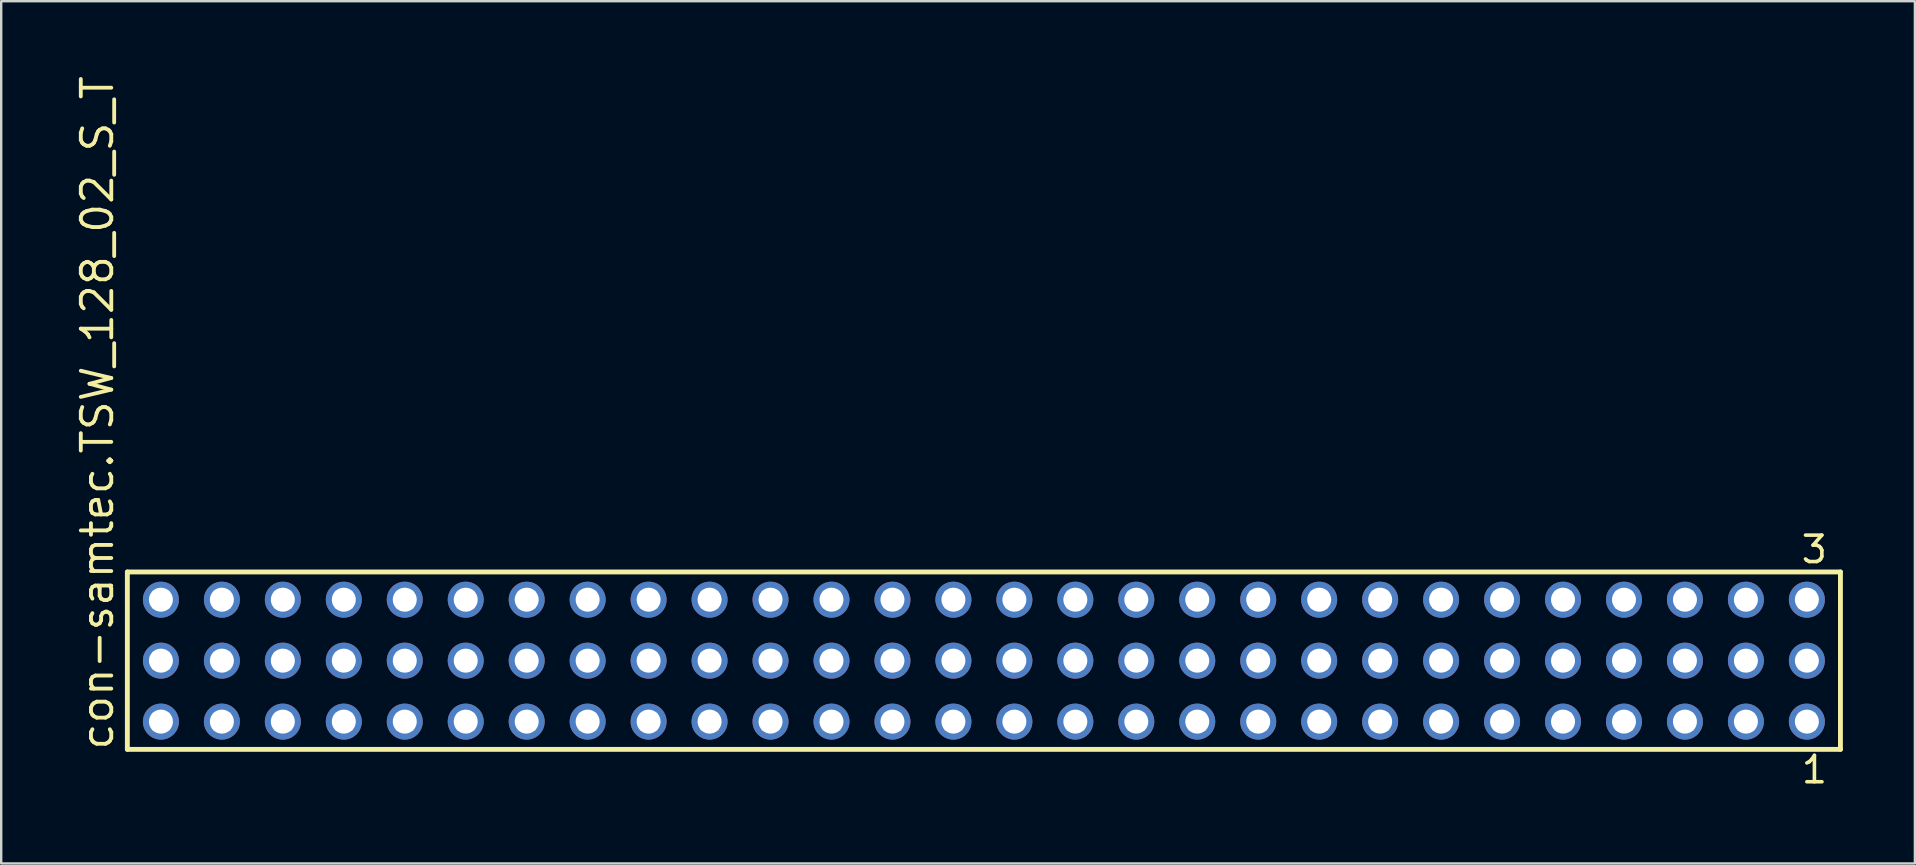
<source format=kicad_pcb>
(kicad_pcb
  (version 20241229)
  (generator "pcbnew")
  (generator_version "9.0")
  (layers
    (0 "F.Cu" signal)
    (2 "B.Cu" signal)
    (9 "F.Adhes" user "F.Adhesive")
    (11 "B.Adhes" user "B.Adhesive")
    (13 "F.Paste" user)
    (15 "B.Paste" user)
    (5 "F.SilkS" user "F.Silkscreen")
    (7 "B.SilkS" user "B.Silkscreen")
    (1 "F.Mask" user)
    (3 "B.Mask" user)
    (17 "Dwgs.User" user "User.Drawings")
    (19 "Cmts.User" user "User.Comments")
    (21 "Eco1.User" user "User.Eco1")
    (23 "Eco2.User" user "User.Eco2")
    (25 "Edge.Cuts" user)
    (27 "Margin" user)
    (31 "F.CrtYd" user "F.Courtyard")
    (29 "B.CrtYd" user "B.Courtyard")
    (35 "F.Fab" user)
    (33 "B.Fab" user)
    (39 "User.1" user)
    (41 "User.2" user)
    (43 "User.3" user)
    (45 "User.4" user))
  (footprint "con-samtec.TSW_128_02_S_T"
    (layer "F.Cu")
    (at 37.945 24.477)
    (property "Reference" "con-samtec.TSW_128_02_S_T" (at -36.195 3.81 90) (layer "F.SilkS") (effects (font (size 1.27 1.27) (thickness 0.16)) (justify left bottom)))
    (attr through_hole)
    (fp_line (start -35.689 -3.695) (end 35.689 -3.695) (stroke (width 0.203) (type default)) (layer "F.SilkS"))
    (fp_line (start -35.689 3.695) (end -35.689 -3.695) (stroke (width 0.203) (type default)) (layer "F.SilkS"))
    (fp_line (start 35.689 -3.695) (end 35.689 3.695) (stroke (width 0.203) (type default)) (layer "F.SilkS"))
    (fp_line (start 35.689 3.695) (end -35.689 3.695) (stroke (width 0.203) (type default)) (layer "F.SilkS"))
    (fp_rect (start -34.64 -2.19) (end -33.94 -2.89) (stroke (width 0.05) (type default)) (fill no) (layer "F.Fab"))
    (fp_rect (start -34.64 0.35) (end -33.94 -0.35) (stroke (width 0.05) (type default)) (fill no) (layer "F.Fab"))
    (fp_rect (start -34.64 2.89) (end -33.94 2.19) (stroke (width 0.05) (type default)) (fill no) (layer "F.Fab"))
    (fp_rect (start -32.1 -2.19) (end -31.4 -2.89) (stroke (width 0.05) (type default)) (fill no) (layer "F.Fab"))
    (fp_rect (start -32.1 0.35) (end -31.4 -0.35) (stroke (width 0.05) (type default)) (fill no) (layer "F.Fab"))
    (fp_rect (start -32.1 2.89) (end -31.4 2.19) (stroke (width 0.05) (type default)) (fill no) (layer "F.Fab"))
    (fp_rect (start -29.56 -2.19) (end -28.86 -2.89) (stroke (width 0.05) (type default)) (fill no) (layer "F.Fab"))
    (fp_rect (start -29.56 0.35) (end -28.86 -0.35) (stroke (width 0.05) (type default)) (fill no) (layer "F.Fab"))
    (fp_rect (start -29.56 2.89) (end -28.86 2.19) (stroke (width 0.05) (type default)) (fill no) (layer "F.Fab"))
    (fp_rect (start -27.02 -2.19) (end -26.32 -2.89) (stroke (width 0.05) (type default)) (fill no) (layer "F.Fab"))
    (fp_rect (start -27.02 0.35) (end -26.32 -0.35) (stroke (width 0.05) (type default)) (fill no) (layer "F.Fab"))
    (fp_rect (start -27.02 2.89) (end -26.32 2.19) (stroke (width 0.05) (type default)) (fill no) (layer "F.Fab"))
    (fp_rect (start -24.48 -2.19) (end -23.78 -2.89) (stroke (width 0.05) (type default)) (fill no) (layer "F.Fab"))
    (fp_rect (start -24.48 0.35) (end -23.78 -0.35) (stroke (width 0.05) (type default)) (fill no) (layer "F.Fab"))
    (fp_rect (start -24.48 2.89) (end -23.78 2.19) (stroke (width 0.05) (type default)) (fill no) (layer "F.Fab"))
    (fp_rect (start -21.94 -2.19) (end -21.24 -2.89) (stroke (width 0.05) (type default)) (fill no) (layer "F.Fab"))
    (fp_rect (start -21.94 0.35) (end -21.24 -0.35) (stroke (width 0.05) (type default)) (fill no) (layer "F.Fab"))
    (fp_rect (start -21.94 2.89) (end -21.24 2.19) (stroke (width 0.05) (type default)) (fill no) (layer "F.Fab"))
    (fp_rect (start -19.4 -2.19) (end -18.7 -2.89) (stroke (width 0.05) (type default)) (fill no) (layer "F.Fab"))
    (fp_rect (start -19.4 0.35) (end -18.7 -0.35) (stroke (width 0.05) (type default)) (fill no) (layer "F.Fab"))
    (fp_rect (start -19.4 2.89) (end -18.7 2.19) (stroke (width 0.05) (type default)) (fill no) (layer "F.Fab"))
    (fp_rect (start -16.86 -2.19) (end -16.16 -2.89) (stroke (width 0.05) (type default)) (fill no) (layer "F.Fab"))
    (fp_rect (start -16.86 0.35) (end -16.16 -0.35) (stroke (width 0.05) (type default)) (fill no) (layer "F.Fab"))
    (fp_rect (start -16.86 2.89) (end -16.16 2.19) (stroke (width 0.05) (type default)) (fill no) (layer "F.Fab"))
    (fp_rect (start -14.32 -2.19) (end -13.62 -2.89) (stroke (width 0.05) (type default)) (fill no) (layer "F.Fab"))
    (fp_rect (start -14.32 0.35) (end -13.62 -0.35) (stroke (width 0.05) (type default)) (fill no) (layer "F.Fab"))
    (fp_rect (start -14.32 2.89) (end -13.62 2.19) (stroke (width 0.05) (type default)) (fill no) (layer "F.Fab"))
    (fp_rect (start -11.78 -2.19) (end -11.08 -2.89) (stroke (width 0.05) (type default)) (fill no) (layer "F.Fab"))
    (fp_rect (start -11.78 0.35) (end -11.08 -0.35) (stroke (width 0.05) (type default)) (fill no) (layer "F.Fab"))
    (fp_rect (start -11.78 2.89) (end -11.08 2.19) (stroke (width 0.05) (type default)) (fill no) (layer "F.Fab"))
    (fp_rect (start -9.24 -2.19) (end -8.54 -2.89) (stroke (width 0.05) (type default)) (fill no) (layer "F.Fab"))
    (fp_rect (start -9.24 0.35) (end -8.54 -0.35) (stroke (width 0.05) (type default)) (fill no) (layer "F.Fab"))
    (fp_rect (start -9.24 2.89) (end -8.54 2.19) (stroke (width 0.05) (type default)) (fill no) (layer "F.Fab"))
    (fp_rect (start -6.7 -2.19) (end -6 -2.89) (stroke (width 0.05) (type default)) (fill no) (layer "F.Fab"))
    (fp_rect (start -6.7 0.35) (end -6 -0.35) (stroke (width 0.05) (type default)) (fill no) (layer "F.Fab"))
    (fp_rect (start -6.7 2.89) (end -6 2.19) (stroke (width 0.05) (type default)) (fill no) (layer "F.Fab"))
    (fp_rect (start -4.16 -2.19) (end -3.46 -2.89) (stroke (width 0.05) (type default)) (fill no) (layer "F.Fab"))
    (fp_rect (start -4.16 0.35) (end -3.46 -0.35) (stroke (width 0.05) (type default)) (fill no) (layer "F.Fab"))
    (fp_rect (start -4.16 2.89) (end -3.46 2.19) (stroke (width 0.05) (type default)) (fill no) (layer "F.Fab"))
    (fp_rect (start -1.62 -2.19) (end -0.92 -2.89) (stroke (width 0.05) (type default)) (fill no) (layer "F.Fab"))
    (fp_rect (start -1.62 0.35) (end -0.92 -0.35) (stroke (width 0.05) (type default)) (fill no) (layer "F.Fab"))
    (fp_rect (start -1.62 2.89) (end -0.92 2.19) (stroke (width 0.05) (type default)) (fill no) (layer "F.Fab"))
    (fp_rect (start 0.92 -2.19) (end 1.62 -2.89) (stroke (width 0.05) (type default)) (fill no) (layer "F.Fab"))
    (fp_rect (start 0.92 0.35) (end 1.62 -0.35) (stroke (width 0.05) (type default)) (fill no) (layer "F.Fab"))
    (fp_rect (start 0.92 2.89) (end 1.62 2.19) (stroke (width 0.05) (type default)) (fill no) (layer "F.Fab"))
    (fp_rect (start 3.46 -2.19) (end 4.16 -2.89) (stroke (width 0.05) (type default)) (fill no) (layer "F.Fab"))
    (fp_rect (start 3.46 0.35) (end 4.16 -0.35) (stroke (width 0.05) (type default)) (fill no) (layer "F.Fab"))
    (fp_rect (start 3.46 2.89) (end 4.16 2.19) (stroke (width 0.05) (type default)) (fill no) (layer "F.Fab"))
    (fp_rect (start 6 -2.19) (end 6.7 -2.89) (stroke (width 0.05) (type default)) (fill no) (layer "F.Fab"))
    (fp_rect (start 6 0.35) (end 6.7 -0.35) (stroke (width 0.05) (type default)) (fill no) (layer "F.Fab"))
    (fp_rect (start 6 2.89) (end 6.7 2.19) (stroke (width 0.05) (type default)) (fill no) (layer "F.Fab"))
    (fp_rect (start 8.54 -2.19) (end 9.24 -2.89) (stroke (width 0.05) (type default)) (fill no) (layer "F.Fab"))
    (fp_rect (start 8.54 0.35) (end 9.24 -0.35) (stroke (width 0.05) (type default)) (fill no) (layer "F.Fab"))
    (fp_rect (start 8.54 2.89) (end 9.24 2.19) (stroke (width 0.05) (type default)) (fill no) (layer "F.Fab"))
    (fp_rect (start 11.08 -2.19) (end 11.78 -2.89) (stroke (width 0.05) (type default)) (fill no) (layer "F.Fab"))
    (fp_rect (start 11.08 0.35) (end 11.78 -0.35) (stroke (width 0.05) (type default)) (fill no) (layer "F.Fab"))
    (fp_rect (start 11.08 2.89) (end 11.78 2.19) (stroke (width 0.05) (type default)) (fill no) (layer "F.Fab"))
    (fp_rect (start 13.62 -2.19) (end 14.32 -2.89) (stroke (width 0.05) (type default)) (fill no) (layer "F.Fab"))
    (fp_rect (start 13.62 0.35) (end 14.32 -0.35) (stroke (width 0.05) (type default)) (fill no) (layer "F.Fab"))
    (fp_rect (start 13.62 2.89) (end 14.32 2.19) (stroke (width 0.05) (type default)) (fill no) (layer "F.Fab"))
    (fp_rect (start 16.16 -2.19) (end 16.86 -2.89) (stroke (width 0.05) (type default)) (fill no) (layer "F.Fab"))
    (fp_rect (start 16.16 0.35) (end 16.86 -0.35) (stroke (width 0.05) (type default)) (fill no) (layer "F.Fab"))
    (fp_rect (start 16.16 2.89) (end 16.86 2.19) (stroke (width 0.05) (type default)) (fill no) (layer "F.Fab"))
    (fp_rect (start 18.7 -2.19) (end 19.4 -2.89) (stroke (width 0.05) (type default)) (fill no) (layer "F.Fab"))
    (fp_rect (start 18.7 0.35) (end 19.4 -0.35) (stroke (width 0.05) (type default)) (fill no) (layer "F.Fab"))
    (fp_rect (start 18.7 2.89) (end 19.4 2.19) (stroke (width 0.05) (type default)) (fill no) (layer "F.Fab"))
    (fp_rect (start 21.24 -2.19) (end 21.94 -2.89) (stroke (width 0.05) (type default)) (fill no) (layer "F.Fab"))
    (fp_rect (start 21.24 0.35) (end 21.94 -0.35) (stroke (width 0.05) (type default)) (fill no) (layer "F.Fab"))
    (fp_rect (start 21.24 2.89) (end 21.94 2.19) (stroke (width 0.05) (type default)) (fill no) (layer "F.Fab"))
    (fp_rect (start 23.78 -2.19) (end 24.48 -2.89) (stroke (width 0.05) (type default)) (fill no) (layer "F.Fab"))
    (fp_rect (start 23.78 0.35) (end 24.48 -0.35) (stroke (width 0.05) (type default)) (fill no) (layer "F.Fab"))
    (fp_rect (start 23.78 2.89) (end 24.48 2.19) (stroke (width 0.05) (type default)) (fill no) (layer "F.Fab"))
    (fp_rect (start 26.32 -2.19) (end 27.02 -2.89) (stroke (width 0.05) (type default)) (fill no) (layer "F.Fab"))
    (fp_rect (start 26.32 0.35) (end 27.02 -0.35) (stroke (width 0.05) (type default)) (fill no) (layer "F.Fab"))
    (fp_rect (start 26.32 2.89) (end 27.02 2.19) (stroke (width 0.05) (type default)) (fill no) (layer "F.Fab"))
    (fp_rect (start 28.86 -2.19) (end 29.56 -2.89) (stroke (width 0.05) (type default)) (fill no) (layer "F.Fab"))
    (fp_rect (start 28.86 0.35) (end 29.56 -0.35) (stroke (width 0.05) (type default)) (fill no) (layer "F.Fab"))
    (fp_rect (start 28.86 2.89) (end 29.56 2.19) (stroke (width 0.05) (type default)) (fill no) (layer "F.Fab"))
    (fp_rect (start 31.4 -2.19) (end 32.1 -2.89) (stroke (width 0.05) (type default)) (fill no) (layer "F.Fab"))
    (fp_rect (start 31.4 0.35) (end 32.1 -0.35) (stroke (width 0.05) (type default)) (fill no) (layer "F.Fab"))
    (fp_rect (start 31.4 2.89) (end 32.1 2.19) (stroke (width 0.05) (type default)) (fill no) (layer "F.Fab"))
    (fp_rect (start 33.94 -2.19) (end 34.64 -2.89) (stroke (width 0.05) (type default)) (fill no) (layer "F.Fab"))
    (fp_rect (start 33.94 0.35) (end 34.64 -0.35) (stroke (width 0.05) (type default)) (fill no) (layer "F.Fab"))
    (fp_rect (start 33.94 2.89) (end 34.64 2.19) (stroke (width 0.05) (type default)) (fill no) (layer "F.Fab"))
    (fp_text user "3" (at 33.978 -3.989 0) (layer "F.SilkS") (effects (font (size 1.1 1.1) (thickness 0.15)) (justify left bottom)))
    (fp_text user "1" (at 33.982 5.188 0) (layer "F.SilkS") (effects (font (size 1.1 1.1) (thickness 0.15)) (justify left bottom)))
    (pad "1" thru_hole circle (at 34.29 2.54 180) (size 1.5 1.5) (drill 1) (layers "*.Cu" "*.Mask"))
    (pad "2" thru_hole circle (at 34.29 0 180) (size 1.5 1.5) (drill 1) (layers "*.Cu" "*.Mask"))
    (pad "3" thru_hole circle (at 34.29 -2.54 180) (size 1.5 1.5) (drill 1) (layers "*.Cu" "*.Mask"))
    (pad "4" thru_hole circle (at 31.75 2.54 180) (size 1.5 1.5) (drill 1) (layers "*.Cu" "*.Mask"))
    (pad "5" thru_hole circle (at 31.75 0 180) (size 1.5 1.5) (drill 1) (layers "*.Cu" "*.Mask"))
    (pad "6" thru_hole circle (at 31.75 -2.54 180) (size 1.5 1.5) (drill 1) (layers "*.Cu" "*.Mask"))
    (pad "7" thru_hole circle (at 29.21 2.54 180) (size 1.5 1.5) (drill 1) (layers "*.Cu" "*.Mask"))
    (pad "8" thru_hole circle (at 29.21 0 180) (size 1.5 1.5) (drill 1) (layers "*.Cu" "*.Mask"))
    (pad "9" thru_hole circle (at 29.21 -2.54 180) (size 1.5 1.5) (drill 1) (layers "*.Cu" "*.Mask"))
    (pad "10" thru_hole circle (at 26.67 2.54 180) (size 1.5 1.5) (drill 1) (layers "*.Cu" "*.Mask"))
    (pad "11" thru_hole circle (at 26.67 0 180) (size 1.5 1.5) (drill 1) (layers "*.Cu" "*.Mask"))
    (pad "12" thru_hole circle (at 26.67 -2.54 180) (size 1.5 1.5) (drill 1) (layers "*.Cu" "*.Mask"))
    (pad "13" thru_hole circle (at 24.13 2.54 180) (size 1.5 1.5) (drill 1) (layers "*.Cu" "*.Mask"))
    (pad "14" thru_hole circle (at 24.13 0 180) (size 1.5 1.5) (drill 1) (layers "*.Cu" "*.Mask"))
    (pad "15" thru_hole circle (at 24.13 -2.54 180) (size 1.5 1.5) (drill 1) (layers "*.Cu" "*.Mask"))
    (pad "16" thru_hole circle (at 21.59 2.54 180) (size 1.5 1.5) (drill 1) (layers "*.Cu" "*.Mask"))
    (pad "17" thru_hole circle (at 21.59 0 180) (size 1.5 1.5) (drill 1) (layers "*.Cu" "*.Mask"))
    (pad "18" thru_hole circle (at 21.59 -2.54 180) (size 1.5 1.5) (drill 1) (layers "*.Cu" "*.Mask"))
    (pad "19" thru_hole circle (at 19.05 2.54 180) (size 1.5 1.5) (drill 1) (layers "*.Cu" "*.Mask"))
    (pad "20" thru_hole circle (at 19.05 0 180) (size 1.5 1.5) (drill 1) (layers "*.Cu" "*.Mask"))
    (pad "21" thru_hole circle (at 19.05 -2.54 180) (size 1.5 1.5) (drill 1) (layers "*.Cu" "*.Mask"))
    (pad "22" thru_hole circle (at 16.51 2.54 180) (size 1.5 1.5) (drill 1) (layers "*.Cu" "*.Mask"))
    (pad "23" thru_hole circle (at 16.51 0 180) (size 1.5 1.5) (drill 1) (layers "*.Cu" "*.Mask"))
    (pad "24" thru_hole circle (at 16.51 -2.54 180) (size 1.5 1.5) (drill 1) (layers "*.Cu" "*.Mask"))
    (pad "25" thru_hole circle (at 13.97 2.54 180) (size 1.5 1.5) (drill 1) (layers "*.Cu" "*.Mask"))
    (pad "26" thru_hole circle (at 13.97 0 180) (size 1.5 1.5) (drill 1) (layers "*.Cu" "*.Mask"))
    (pad "27" thru_hole circle (at 13.97 -2.54 180) (size 1.5 1.5) (drill 1) (layers "*.Cu" "*.Mask"))
    (pad "28" thru_hole circle (at 11.43 2.54 180) (size 1.5 1.5) (drill 1) (layers "*.Cu" "*.Mask"))
    (pad "29" thru_hole circle (at 11.43 0 180) (size 1.5 1.5) (drill 1) (layers "*.Cu" "*.Mask"))
    (pad "30" thru_hole circle (at 11.43 -2.54 180) (size 1.5 1.5) (drill 1) (layers "*.Cu" "*.Mask"))
    (pad "31" thru_hole circle (at 8.89 2.54 180) (size 1.5 1.5) (drill 1) (layers "*.Cu" "*.Mask"))
    (pad "32" thru_hole circle (at 8.89 0 180) (size 1.5 1.5) (drill 1) (layers "*.Cu" "*.Mask"))
    (pad "33" thru_hole circle (at 8.89 -2.54 180) (size 1.5 1.5) (drill 1) (layers "*.Cu" "*.Mask"))
    (pad "34" thru_hole circle (at 6.35 2.54 180) (size 1.5 1.5) (drill 1) (layers "*.Cu" "*.Mask"))
    (pad "35" thru_hole circle (at 6.35 0 180) (size 1.5 1.5) (drill 1) (layers "*.Cu" "*.Mask"))
    (pad "36" thru_hole circle (at 6.35 -2.54 180) (size 1.5 1.5) (drill 1) (layers "*.Cu" "*.Mask"))
    (pad "37" thru_hole circle (at 3.81 2.54 180) (size 1.5 1.5) (drill 1) (layers "*.Cu" "*.Mask"))
    (pad "38" thru_hole circle (at 3.81 0 180) (size 1.5 1.5) (drill 1) (layers "*.Cu" "*.Mask"))
    (pad "39" thru_hole circle (at 3.81 -2.54 180) (size 1.5 1.5) (drill 1) (layers "*.Cu" "*.Mask"))
    (pad "40" thru_hole circle (at 1.27 2.54 180) (size 1.5 1.5) (drill 1) (layers "*.Cu" "*.Mask"))
    (pad "41" thru_hole circle (at 1.27 0 180) (size 1.5 1.5) (drill 1) (layers "*.Cu" "*.Mask"))
    (pad "42" thru_hole circle (at 1.27 -2.54 180) (size 1.5 1.5) (drill 1) (layers "*.Cu" "*.Mask"))
    (pad "43" thru_hole circle (at -1.27 2.54 180) (size 1.5 1.5) (drill 1) (layers "*.Cu" "*.Mask"))
    (pad "44" thru_hole circle (at -1.27 0 180) (size 1.5 1.5) (drill 1) (layers "*.Cu" "*.Mask"))
    (pad "45" thru_hole circle (at -1.27 -2.54 180) (size 1.5 1.5) (drill 1) (layers "*.Cu" "*.Mask"))
    (pad "46" thru_hole circle (at -3.81 2.54 180) (size 1.5 1.5) (drill 1) (layers "*.Cu" "*.Mask"))
    (pad "47" thru_hole circle (at -3.81 0 180) (size 1.5 1.5) (drill 1) (layers "*.Cu" "*.Mask"))
    (pad "48" thru_hole circle (at -3.81 -2.54 180) (size 1.5 1.5) (drill 1) (layers "*.Cu" "*.Mask"))
    (pad "49" thru_hole circle (at -6.35 2.54 180) (size 1.5 1.5) (drill 1) (layers "*.Cu" "*.Mask"))
    (pad "50" thru_hole circle (at -6.35 0 180) (size 1.5 1.5) (drill 1) (layers "*.Cu" "*.Mask"))
    (pad "51" thru_hole circle (at -6.35 -2.54 180) (size 1.5 1.5) (drill 1) (layers "*.Cu" "*.Mask"))
    (pad "52" thru_hole circle (at -8.89 2.54 180) (size 1.5 1.5) (drill 1) (layers "*.Cu" "*.Mask"))
    (pad "53" thru_hole circle (at -8.89 0 180) (size 1.5 1.5) (drill 1) (layers "*.Cu" "*.Mask"))
    (pad "54" thru_hole circle (at -8.89 -2.54 180) (size 1.5 1.5) (drill 1) (layers "*.Cu" "*.Mask"))
    (pad "55" thru_hole circle (at -11.43 2.54 180) (size 1.5 1.5) (drill 1) (layers "*.Cu" "*.Mask"))
    (pad "56" thru_hole circle (at -11.43 0 180) (size 1.5 1.5) (drill 1) (layers "*.Cu" "*.Mask"))
    (pad "57" thru_hole circle (at -11.43 -2.54 180) (size 1.5 1.5) (drill 1) (layers "*.Cu" "*.Mask"))
    (pad "58" thru_hole circle (at -13.97 2.54 180) (size 1.5 1.5) (drill 1) (layers "*.Cu" "*.Mask"))
    (pad "59" thru_hole circle (at -13.97 0 180) (size 1.5 1.5) (drill 1) (layers "*.Cu" "*.Mask"))
    (pad "60" thru_hole circle (at -13.97 -2.54 180) (size 1.5 1.5) (drill 1) (layers "*.Cu" "*.Mask"))
    (pad "61" thru_hole circle (at -16.51 2.54 180) (size 1.5 1.5) (drill 1) (layers "*.Cu" "*.Mask"))
    (pad "62" thru_hole circle (at -16.51 0 180) (size 1.5 1.5) (drill 1) (layers "*.Cu" "*.Mask"))
    (pad "63" thru_hole circle (at -16.51 -2.54 180) (size 1.5 1.5) (drill 1) (layers "*.Cu" "*.Mask"))
    (pad "64" thru_hole circle (at -19.05 2.54 180) (size 1.5 1.5) (drill 1) (layers "*.Cu" "*.Mask"))
    (pad "65" thru_hole circle (at -19.05 0 180) (size 1.5 1.5) (drill 1) (layers "*.Cu" "*.Mask"))
    (pad "66" thru_hole circle (at -19.05 -2.54 180) (size 1.5 1.5) (drill 1) (layers "*.Cu" "*.Mask"))
    (pad "67" thru_hole circle (at -21.59 2.54 180) (size 1.5 1.5) (drill 1) (layers "*.Cu" "*.Mask"))
    (pad "68" thru_hole circle (at -21.59 0 180) (size 1.5 1.5) (drill 1) (layers "*.Cu" "*.Mask"))
    (pad "69" thru_hole circle (at -21.59 -2.54 180) (size 1.5 1.5) (drill 1) (layers "*.Cu" "*.Mask"))
    (pad "70" thru_hole circle (at -24.13 2.54 180) (size 1.5 1.5) (drill 1) (layers "*.Cu" "*.Mask"))
    (pad "71" thru_hole circle (at -24.13 0 180) (size 1.5 1.5) (drill 1) (layers "*.Cu" "*.Mask"))
    (pad "72" thru_hole circle (at -24.13 -2.54 180) (size 1.5 1.5) (drill 1) (layers "*.Cu" "*.Mask"))
    (pad "73" thru_hole circle (at -26.67 2.54 180) (size 1.5 1.5) (drill 1) (layers "*.Cu" "*.Mask"))
    (pad "74" thru_hole circle (at -26.67 0 180) (size 1.5 1.5) (drill 1) (layers "*.Cu" "*.Mask"))
    (pad "75" thru_hole circle (at -26.67 -2.54 180) (size 1.5 1.5) (drill 1) (layers "*.Cu" "*.Mask"))
    (pad "76" thru_hole circle (at -29.21 2.54 180) (size 1.5 1.5) (drill 1) (layers "*.Cu" "*.Mask"))
    (pad "77" thru_hole circle (at -29.21 0 180) (size 1.5 1.5) (drill 1) (layers "*.Cu" "*.Mask"))
    (pad "78" thru_hole circle (at -29.21 -2.54 180) (size 1.5 1.5) (drill 1) (layers "*.Cu" "*.Mask"))
    (pad "79" thru_hole circle (at -31.75 2.54 180) (size 1.5 1.5) (drill 1) (layers "*.Cu" "*.Mask"))
    (pad "80" thru_hole circle (at -31.75 0 180) (size 1.5 1.5) (drill 1) (layers "*.Cu" "*.Mask"))
    (pad "81" thru_hole circle (at -31.75 -2.54 180) (size 1.5 1.5) (drill 1) (layers "*.Cu" "*.Mask"))
    (pad "82" thru_hole circle (at -34.29 2.54 180) (size 1.5 1.5) (drill 1) (layers "*.Cu" "*.Mask"))
    (pad "83" thru_hole circle (at -34.29 0 180) (size 1.5 1.5) (drill 1) (layers "*.Cu" "*.Mask"))
    (pad "84" thru_hole circle (at -34.29 -2.54 180) (size 1.5 1.5) (drill 1) (layers "*.Cu" "*.Mask")))
  (gr_rect
    (start -3 -3)
    (end 76.736 32.928)
    (stroke (width 0.1) (type default))
    (fill no)
    (layer "Edge.Cuts")))
</source>
